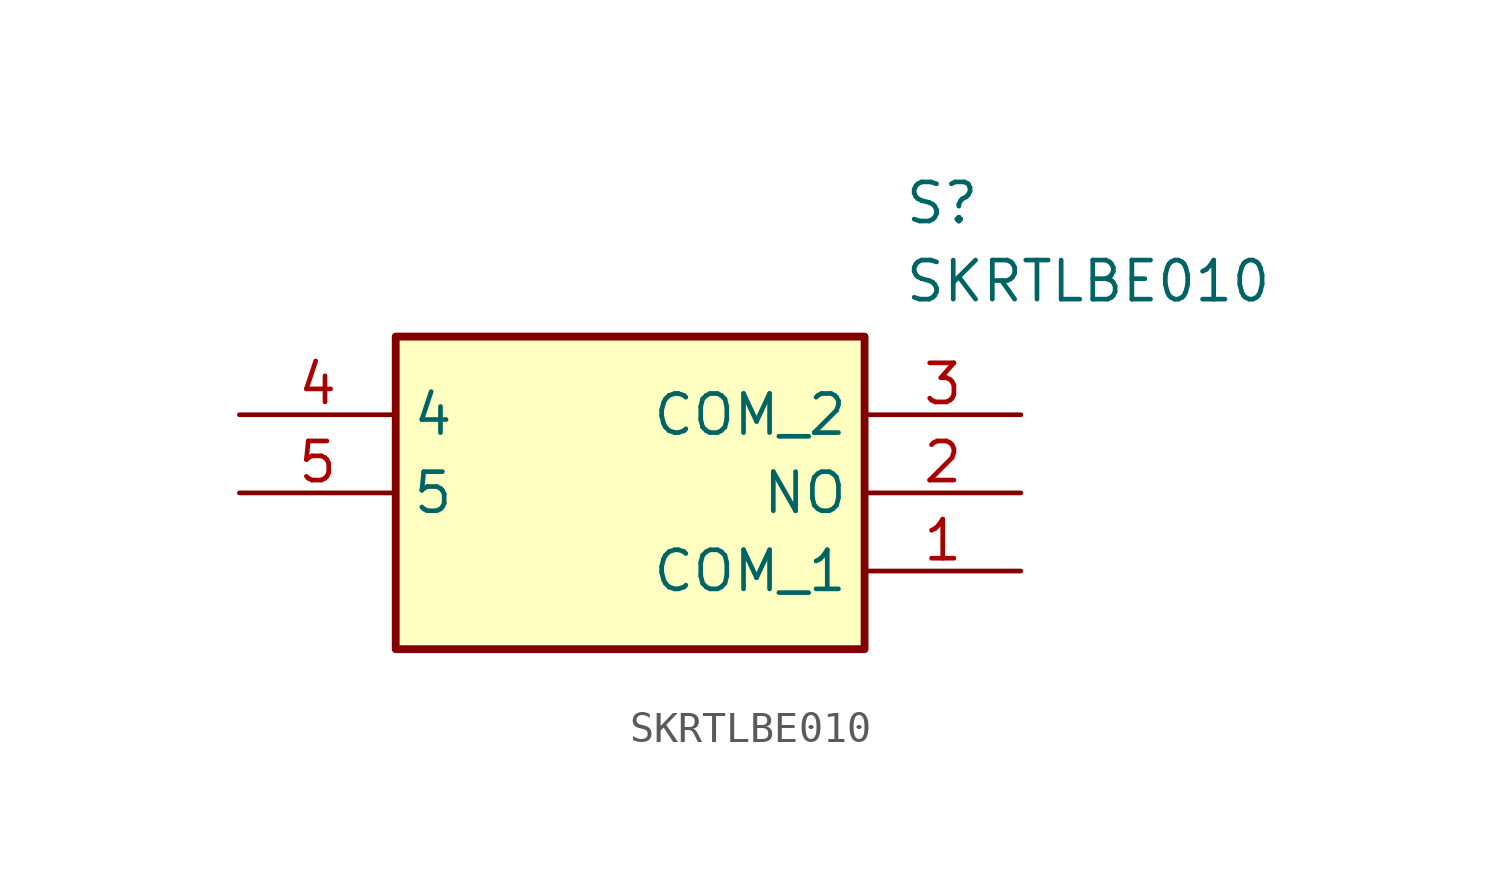
<source format=kicad_sym>
(kicad_symbol_lib
  (version 20211014)
  (generator SamacSys_ECAD_Model)
  (symbol "SKRTLBE010"
    (property "Reference" "S"
      (at 21.59 7.62 0)
      (effects (font (size 1.27 1.27)) (justify left top)))
    (property "Value" "SKRTLBE010"
      (at 21.59 5.08 0)
      (effects (font (size 1.27 1.27)) (justify left top)))
    (rectangle
      (start 5.08 2.54)
      (end 20.32 -7.62)
      (stroke (width 0.254) (type default))
      (fill (type background)))
    (pin passive line
      (at 25.4 -5.08 180)
      (length 5.08)
      (name "COM_1" (effects (font (size 1.27 1.27))))
      (number "1" (effects (font (size 1.27 1.27)))))
    (pin passive line
      (at 25.4 -2.54 180)
      (length 5.08)
      (name "NO" (effects (font (size 1.27 1.27))))
      (number "2" (effects (font (size 1.27 1.27)))))
    (pin passive line
      (at 25.4 0 180)
      (length 5.08)
      (name "COM_2" (effects (font (size 1.27 1.27))))
      (number "3" (effects (font (size 1.27 1.27)))))
    (pin passive line
      (at 0 0 0)
      (length 5.08)
      (name "4" (effects (font (size 1.27 1.27))))
      (number "4" (effects (font (size 1.27 1.27)))))
    (pin passive line
      (at 0 -2.54 0)
      (length 5.08)
      (name "5" (effects (font (size 1.27 1.27))))
      (number "5" (effects (font (size 1.27 1.27)))))))
</source>
